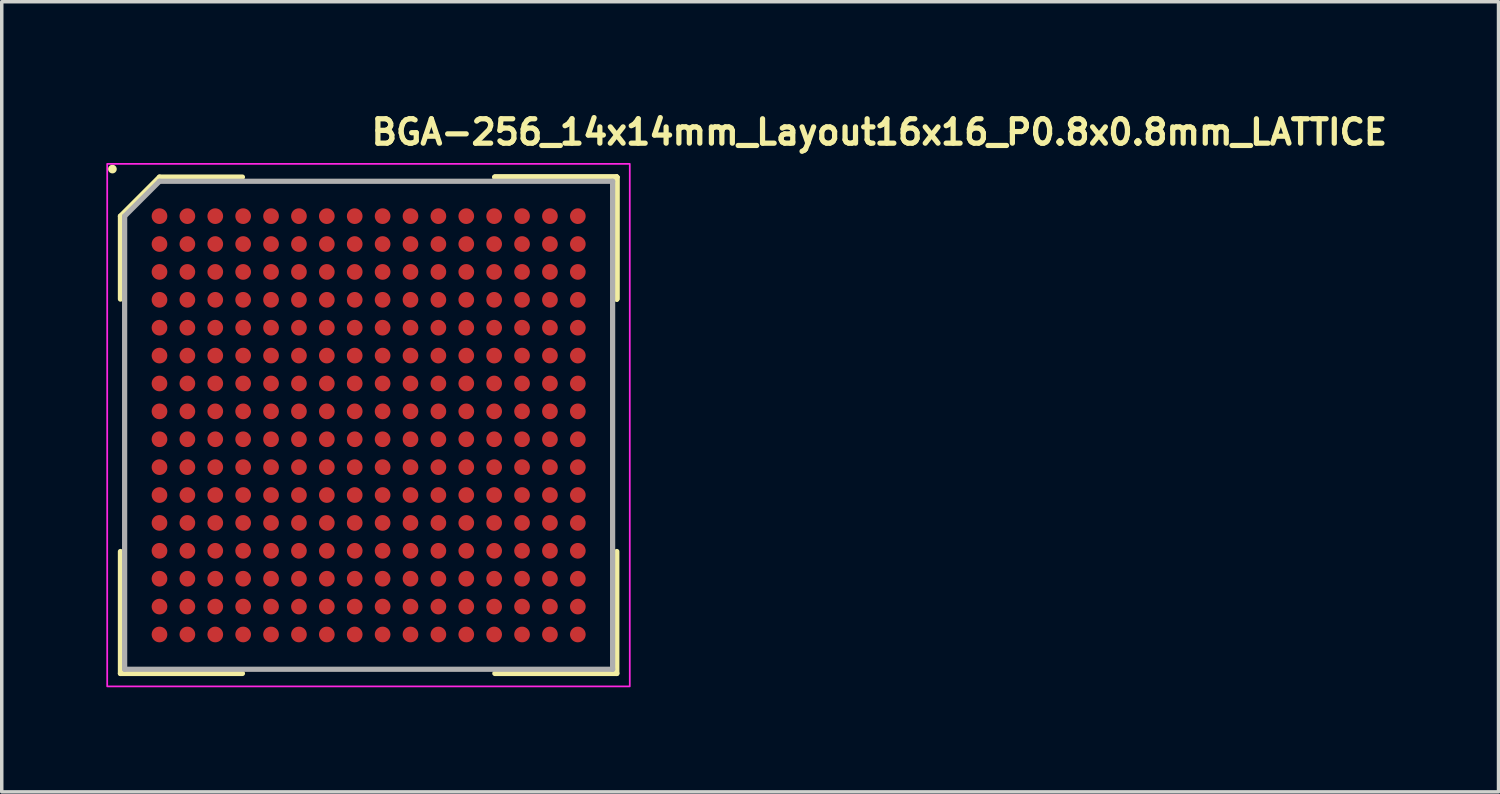
<source format=kicad_pcb>
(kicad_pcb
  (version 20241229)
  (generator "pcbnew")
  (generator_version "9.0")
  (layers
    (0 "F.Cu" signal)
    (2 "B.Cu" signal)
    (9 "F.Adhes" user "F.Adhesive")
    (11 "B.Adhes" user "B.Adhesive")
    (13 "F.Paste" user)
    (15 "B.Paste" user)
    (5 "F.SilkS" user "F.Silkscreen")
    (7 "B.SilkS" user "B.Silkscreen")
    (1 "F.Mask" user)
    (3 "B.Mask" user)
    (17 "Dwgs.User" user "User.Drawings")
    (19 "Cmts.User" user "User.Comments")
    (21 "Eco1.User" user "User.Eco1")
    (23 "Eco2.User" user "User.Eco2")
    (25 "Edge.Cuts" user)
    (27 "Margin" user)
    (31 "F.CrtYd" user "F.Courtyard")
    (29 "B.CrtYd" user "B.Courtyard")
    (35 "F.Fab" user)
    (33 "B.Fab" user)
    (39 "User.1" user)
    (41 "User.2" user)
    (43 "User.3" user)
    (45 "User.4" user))
  (footprint "BGA-256_14x14mm_Layout16x16_P0.8x0.8mm_LATTICE"
    (layer "F.Cu")
    (at 7.525 9.15)
    (property "Reference" "BGA-256_14x14mm_Layout16x16_P0.8x0.8mm_LATTICE" (at 0 -8 0) (layer "F.SilkS") (effects (font (size 0.7 0.7) (thickness 0.15)) (justify left bottom)))
    (attr smd)
    (fp_line (start -7.12 -6) (end -7.12 -3.621) (stroke (width 0.15) (type solid)) (layer "F.SilkS"))
    (fp_line (start -7.12 7.118) (end -7.12 3.62) (stroke (width 0.15) (type solid)) (layer "F.SilkS"))
    (fp_line (start -6 -7.12) (end -7.12 -6) (stroke (width 0.15) (type solid)) (layer "F.SilkS"))
    (fp_line (start -3.621 -7.12) (end -6 -7.12) (stroke (width 0.15) (type solid)) (layer "F.SilkS"))
    (fp_line (start -3.621 7.118) (end -7.12 7.118) (stroke (width 0.15) (type solid)) (layer "F.SilkS"))
    (fp_line (start 3.62 -7.12) (end 7.118 -7.12) (stroke (width 0.15) (type solid)) (layer "F.SilkS"))
    (fp_line (start 3.62 -7.12) (end 7.118 -7.12) (stroke (width 0.15) (type solid)) (layer "F.SilkS"))
    (fp_line (start 3.62 -7.12) (end 7.118 -7.12) (stroke (width 0.15) (type solid)) (layer "F.SilkS"))
    (fp_line (start 3.62 7.118) (end 7.118 7.118) (stroke (width 0.15) (type solid)) (layer "F.SilkS"))
    (fp_line (start 7.118 -7.12) (end 7.118 -3.621) (stroke (width 0.15) (type solid)) (layer "F.SilkS"))
    (fp_line (start 7.118 -7.12) (end 7.118 -3.621) (stroke (width 0.15) (type solid)) (layer "F.SilkS"))
    (fp_line (start 7.118 -7.12) (end 7.118 -3.621) (stroke (width 0.15) (type solid)) (layer "F.SilkS"))
    (fp_line (start 7.118 7.118) (end 7.118 3.62) (stroke (width 0.15) (type solid)) (layer "F.SilkS"))
    (fp_circle (center -7.35 -7.35) (end -7.301 -7.35) (stroke (width 0.15) (type solid)) (fill yes) (layer "F.SilkS"))
    (fp_rect (start -7.5 -7.5) (end 7.49 7.49) (stroke (width 0.05) (type solid)) (fill no) (layer "F.CrtYd"))
    (fp_line (start -7 -6) (end -7 6.998) (stroke (width 0.15) (type solid)) (layer "F.Fab"))
    (fp_line (start -7 6.998) (end 6.998 6.998) (stroke (width 0.15) (type solid)) (layer "F.Fab"))
    (fp_line (start -6 -7) (end -7 -6) (stroke (width 0.15) (type solid)) (layer "F.Fab"))
    (fp_line (start 6.998 -7) (end -6 -7) (stroke (width 0.15) (type solid)) (layer "F.Fab"))
    (fp_line (start 6.998 6.998) (end 6.998 -7) (stroke (width 0.15) (type solid)) (layer "F.Fab"))
    (fp_rect (start -7 -7) (end 6.998 6.998) (stroke (width 0.1) (type solid)) (fill no) (layer "User.5"))
    (fp_rect (start -7 -7) (end 6.999 6.999) (stroke (width 0.1) (type solid)) (fill no) (layer "User.5"))
    (fp_rect (start -7 -7) (end 6.999 6.999) (stroke (width 0.1) (type solid)) (fill no) (layer "User.5"))
    (fp_line (start -7 -7) (end -7 6.998) (stroke (width 0.02) (type solid)) (layer "User.9"))
    (fp_line (start -7 -7) (end -7 6.999) (stroke (width 0.02) (type solid)) (layer "User.9"))
    (fp_line (start -7 6.998) (end 6.998 6.998) (stroke (width 0.02) (type solid)) (layer "User.9"))
    (fp_line (start -7 6.999) (end 6.999 6.999) (stroke (width 0.02) (type solid)) (layer "User.9"))
    (fp_line (start 6.998 -7) (end -7 -7) (stroke (width 0.02) (type solid)) (layer "User.9"))
    (fp_line (start 6.998 6.998) (end 6.998 -7) (stroke (width 0.02) (type solid)) (layer "User.9"))
    (fp_line (start 6.999 -7) (end -7 -7) (stroke (width 0.02) (type solid)) (layer "User.9"))
    (fp_line (start 6.999 6.999) (end 6.999 -7) (stroke (width 0.02) (type solid)) (layer "User.9"))
    (pad "A1" smd circle (at -6 -6) (size 0.45 0.45) (layers "F.Cu" "F.Mask" "F.Paste"))
    (pad "A2" smd circle (at -5.2 -6) (size 0.45 0.45) (layers "F.Cu" "F.Mask" "F.Paste"))
    (pad "A3" smd circle (at -4.4 -6) (size 0.45 0.45) (layers "F.Cu" "F.Mask" "F.Paste"))
    (pad "A4" smd circle (at -3.6 -6) (size 0.45 0.45) (layers "F.Cu" "F.Mask" "F.Paste"))
    (pad "A5" smd circle (at -2.8 -6) (size 0.45 0.45) (layers "F.Cu" "F.Mask" "F.Paste"))
    (pad "A6" smd circle (at -2 -6) (size 0.45 0.45) (layers "F.Cu" "F.Mask" "F.Paste"))
    (pad "A7" smd circle (at -1.2 -6) (size 0.45 0.45) (layers "F.Cu" "F.Mask" "F.Paste"))
    (pad "A8" smd circle (at -0.4 -6) (size 0.45 0.45) (layers "F.Cu" "F.Mask" "F.Paste"))
    (pad "A9" smd circle (at 0.4 -6) (size 0.45 0.45) (layers "F.Cu" "F.Mask" "F.Paste"))
    (pad "A10" smd circle (at 1.2 -6) (size 0.45 0.45) (layers "F.Cu" "F.Mask" "F.Paste"))
    (pad "A11" smd circle (at 2 -6) (size 0.45 0.45) (layers "F.Cu" "F.Mask" "F.Paste"))
    (pad "A12" smd circle (at 2.8 -6) (size 0.45 0.45) (layers "F.Cu" "F.Mask" "F.Paste"))
    (pad "A13" smd circle (at 3.6 -6) (size 0.45 0.45) (layers "F.Cu" "F.Mask" "F.Paste"))
    (pad "A14" smd circle (at 4.4 -6) (size 0.45 0.45) (layers "F.Cu" "F.Mask" "F.Paste"))
    (pad "A15" smd circle (at 5.2 -6) (size 0.45 0.45) (layers "F.Cu" "F.Mask" "F.Paste"))
    (pad "A16" smd circle (at 6 -6) (size 0.45 0.45) (layers "F.Cu" "F.Mask" "F.Paste"))
    (pad "B1" smd circle (at -6 -5.2) (size 0.45 0.45) (layers "F.Cu" "F.Mask" "F.Paste"))
    (pad "B2" smd circle (at -5.2 -5.2) (size 0.45 0.45) (layers "F.Cu" "F.Mask" "F.Paste"))
    (pad "B3" smd circle (at -4.4 -5.2) (size 0.45 0.45) (layers "F.Cu" "F.Mask" "F.Paste"))
    (pad "B4" smd circle (at -3.6 -5.2) (size 0.45 0.45) (layers "F.Cu" "F.Mask" "F.Paste"))
    (pad "B5" smd circle (at -2.8 -5.2) (size 0.45 0.45) (layers "F.Cu" "F.Mask" "F.Paste"))
    (pad "B6" smd circle (at -2 -5.2) (size 0.45 0.45) (layers "F.Cu" "F.Mask" "F.Paste"))
    (pad "B7" smd circle (at -1.2 -5.2) (size 0.45 0.45) (layers "F.Cu" "F.Mask" "F.Paste"))
    (pad "B8" smd circle (at -0.4 -5.2) (size 0.45 0.45) (layers "F.Cu" "F.Mask" "F.Paste"))
    (pad "B9" smd circle (at 0.4 -5.2) (size 0.45 0.45) (layers "F.Cu" "F.Mask" "F.Paste"))
    (pad "B10" smd circle (at 1.2 -5.2) (size 0.45 0.45) (layers "F.Cu" "F.Mask" "F.Paste"))
    (pad "B11" smd circle (at 2 -5.2) (size 0.45 0.45) (layers "F.Cu" "F.Mask" "F.Paste"))
    (pad "B12" smd circle (at 2.8 -5.2) (size 0.45 0.45) (layers "F.Cu" "F.Mask" "F.Paste"))
    (pad "B13" smd circle (at 3.6 -5.2) (size 0.45 0.45) (layers "F.Cu" "F.Mask" "F.Paste"))
    (pad "B14" smd circle (at 4.4 -5.2) (size 0.45 0.45) (layers "F.Cu" "F.Mask" "F.Paste"))
    (pad "B15" smd circle (at 5.2 -5.2) (size 0.45 0.45) (layers "F.Cu" "F.Mask" "F.Paste"))
    (pad "B16" smd circle (at 6 -5.2) (size 0.45 0.45) (layers "F.Cu" "F.Mask" "F.Paste"))
    (pad "C1" smd circle (at -6 -4.4) (size 0.45 0.45) (layers "F.Cu" "F.Mask" "F.Paste"))
    (pad "C2" smd circle (at -5.2 -4.4) (size 0.45 0.45) (layers "F.Cu" "F.Mask" "F.Paste"))
    (pad "C3" smd circle (at -4.4 -4.4) (size 0.45 0.45) (layers "F.Cu" "F.Mask" "F.Paste"))
    (pad "C4" smd circle (at -3.6 -4.4) (size 0.45 0.45) (layers "F.Cu" "F.Mask" "F.Paste"))
    (pad "C5" smd circle (at -2.8 -4.4) (size 0.45 0.45) (layers "F.Cu" "F.Mask" "F.Paste"))
    (pad "C6" smd circle (at -2 -4.4) (size 0.45 0.45) (layers "F.Cu" "F.Mask" "F.Paste"))
    (pad "C7" smd circle (at -1.2 -4.4) (size 0.45 0.45) (layers "F.Cu" "F.Mask" "F.Paste"))
    (pad "C8" smd circle (at -0.4 -4.4) (size 0.45 0.45) (layers "F.Cu" "F.Mask" "F.Paste"))
    (pad "C9" smd circle (at 0.4 -4.4) (size 0.45 0.45) (layers "F.Cu" "F.Mask" "F.Paste"))
    (pad "C10" smd circle (at 1.2 -4.4) (size 0.45 0.45) (layers "F.Cu" "F.Mask" "F.Paste"))
    (pad "C11" smd circle (at 2 -4.4) (size 0.45 0.45) (layers "F.Cu" "F.Mask" "F.Paste"))
    (pad "C12" smd circle (at 2.8 -4.4) (size 0.45 0.45) (layers "F.Cu" "F.Mask" "F.Paste"))
    (pad "C13" smd circle (at 3.6 -4.4) (size 0.45 0.45) (layers "F.Cu" "F.Mask" "F.Paste"))
    (pad "C14" smd circle (at 4.4 -4.4) (size 0.45 0.45) (layers "F.Cu" "F.Mask" "F.Paste"))
    (pad "C15" smd circle (at 5.2 -4.4) (size 0.45 0.45) (layers "F.Cu" "F.Mask" "F.Paste"))
    (pad "C16" smd circle (at 6 -4.4) (size 0.45 0.45) (layers "F.Cu" "F.Mask" "F.Paste"))
    (pad "D1" smd circle (at -6 -3.6) (size 0.45 0.45) (layers "F.Cu" "F.Mask" "F.Paste"))
    (pad "D2" smd circle (at -5.2 -3.6) (size 0.45 0.45) (layers "F.Cu" "F.Mask" "F.Paste"))
    (pad "D3" smd circle (at -4.4 -3.6) (size 0.45 0.45) (layers "F.Cu" "F.Mask" "F.Paste"))
    (pad "D4" smd circle (at -3.6 -3.6) (size 0.45 0.45) (layers "F.Cu" "F.Mask" "F.Paste"))
    (pad "D5" smd circle (at -2.8 -3.6) (size 0.45 0.45) (layers "F.Cu" "F.Mask" "F.Paste"))
    (pad "D6" smd circle (at -2 -3.6) (size 0.45 0.45) (layers "F.Cu" "F.Mask" "F.Paste"))
    (pad "D7" smd circle (at -1.2 -3.6) (size 0.45 0.45) (layers "F.Cu" "F.Mask" "F.Paste"))
    (pad "D8" smd circle (at -0.4 -3.6) (size 0.45 0.45) (layers "F.Cu" "F.Mask" "F.Paste"))
    (pad "D9" smd circle (at 0.4 -3.6) (size 0.45 0.45) (layers "F.Cu" "F.Mask" "F.Paste"))
    (pad "D10" smd circle (at 1.2 -3.6) (size 0.45 0.45) (layers "F.Cu" "F.Mask" "F.Paste"))
    (pad "D11" smd circle (at 2 -3.6) (size 0.45 0.45) (layers "F.Cu" "F.Mask" "F.Paste"))
    (pad "D12" smd circle (at 2.8 -3.6) (size 0.45 0.45) (layers "F.Cu" "F.Mask" "F.Paste"))
    (pad "D13" smd circle (at 3.6 -3.6) (size 0.45 0.45) (layers "F.Cu" "F.Mask" "F.Paste"))
    (pad "D14" smd circle (at 4.4 -3.6) (size 0.45 0.45) (layers "F.Cu" "F.Mask" "F.Paste"))
    (pad "D15" smd circle (at 5.2 -3.6) (size 0.45 0.45) (layers "F.Cu" "F.Mask" "F.Paste"))
    (pad "D16" smd circle (at 6 -3.6) (size 0.45 0.45) (layers "F.Cu" "F.Mask" "F.Paste"))
    (pad "E1" smd circle (at -6 -2.8) (size 0.45 0.45) (layers "F.Cu" "F.Mask" "F.Paste"))
    (pad "E2" smd circle (at -5.2 -2.8) (size 0.45 0.45) (layers "F.Cu" "F.Mask" "F.Paste"))
    (pad "E3" smd circle (at -4.4 -2.8) (size 0.45 0.45) (layers "F.Cu" "F.Mask" "F.Paste"))
    (pad "E4" smd circle (at -3.6 -2.8) (size 0.45 0.45) (layers "F.Cu" "F.Mask" "F.Paste"))
    (pad "E5" smd circle (at -2.8 -2.8) (size 0.45 0.45) (layers "F.Cu" "F.Mask" "F.Paste"))
    (pad "E6" smd circle (at -2 -2.8) (size 0.45 0.45) (layers "F.Cu" "F.Mask" "F.Paste"))
    (pad "E7" smd circle (at -1.2 -2.8) (size 0.45 0.45) (layers "F.Cu" "F.Mask" "F.Paste"))
    (pad "E8" smd circle (at -0.4 -2.8) (size 0.45 0.45) (layers "F.Cu" "F.Mask" "F.Paste"))
    (pad "E9" smd circle (at 0.4 -2.8) (size 0.45 0.45) (layers "F.Cu" "F.Mask" "F.Paste"))
    (pad "E10" smd circle (at 1.2 -2.8) (size 0.45 0.45) (layers "F.Cu" "F.Mask" "F.Paste"))
    (pad "E11" smd circle (at 2 -2.8) (size 0.45 0.45) (layers "F.Cu" "F.Mask" "F.Paste"))
    (pad "E12" smd circle (at 2.8 -2.8) (size 0.45 0.45) (layers "F.Cu" "F.Mask" "F.Paste"))
    (pad "E13" smd circle (at 3.6 -2.8) (size 0.45 0.45) (layers "F.Cu" "F.Mask" "F.Paste"))
    (pad "E14" smd circle (at 4.4 -2.8) (size 0.45 0.45) (layers "F.Cu" "F.Mask" "F.Paste"))
    (pad "E15" smd circle (at 5.2 -2.8) (size 0.45 0.45) (layers "F.Cu" "F.Mask" "F.Paste"))
    (pad "E16" smd circle (at 6 -2.8) (size 0.45 0.45) (layers "F.Cu" "F.Mask" "F.Paste"))
    (pad "F1" smd circle (at -6 -2) (size 0.45 0.45) (layers "F.Cu" "F.Mask" "F.Paste"))
    (pad "F2" smd circle (at -5.2 -2) (size 0.45 0.45) (layers "F.Cu" "F.Mask" "F.Paste"))
    (pad "F3" smd circle (at -4.4 -2) (size 0.45 0.45) (layers "F.Cu" "F.Mask" "F.Paste"))
    (pad "F4" smd circle (at -3.6 -2) (size 0.45 0.45) (layers "F.Cu" "F.Mask" "F.Paste"))
    (pad "F5" smd circle (at -2.8 -2) (size 0.45 0.45) (layers "F.Cu" "F.Mask" "F.Paste"))
    (pad "F6" smd circle (at -2 -2) (size 0.45 0.45) (layers "F.Cu" "F.Mask" "F.Paste"))
    (pad "F7" smd circle (at -1.2 -2) (size 0.45 0.45) (layers "F.Cu" "F.Mask" "F.Paste"))
    (pad "F8" smd circle (at -0.4 -2) (size 0.45 0.45) (layers "F.Cu" "F.Mask" "F.Paste"))
    (pad "F9" smd circle (at 0.4 -2) (size 0.45 0.45) (layers "F.Cu" "F.Mask" "F.Paste"))
    (pad "F10" smd circle (at 1.2 -2) (size 0.45 0.45) (layers "F.Cu" "F.Mask" "F.Paste"))
    (pad "F11" smd circle (at 2 -2) (size 0.45 0.45) (layers "F.Cu" "F.Mask" "F.Paste"))
    (pad "F12" smd circle (at 2.8 -2) (size 0.45 0.45) (layers "F.Cu" "F.Mask" "F.Paste"))
    (pad "F13" smd circle (at 3.6 -2) (size 0.45 0.45) (layers "F.Cu" "F.Mask" "F.Paste"))
    (pad "F14" smd circle (at 4.4 -2) (size 0.45 0.45) (layers "F.Cu" "F.Mask" "F.Paste"))
    (pad "F15" smd circle (at 5.2 -2) (size 0.45 0.45) (layers "F.Cu" "F.Mask" "F.Paste"))
    (pad "F16" smd circle (at 6 -2) (size 0.45 0.45) (layers "F.Cu" "F.Mask" "F.Paste"))
    (pad "G1" smd circle (at -6 -1.2) (size 0.45 0.45) (layers "F.Cu" "F.Mask" "F.Paste"))
    (pad "G2" smd circle (at -5.2 -1.2) (size 0.45 0.45) (layers "F.Cu" "F.Mask" "F.Paste"))
    (pad "G3" smd circle (at -4.4 -1.2) (size 0.45 0.45) (layers "F.Cu" "F.Mask" "F.Paste"))
    (pad "G4" smd circle (at -3.6 -1.2) (size 0.45 0.45) (layers "F.Cu" "F.Mask" "F.Paste"))
    (pad "G5" smd circle (at -2.8 -1.2) (size 0.45 0.45) (layers "F.Cu" "F.Mask" "F.Paste"))
    (pad "G6" smd circle (at -2 -1.2) (size 0.45 0.45) (layers "F.Cu" "F.Mask" "F.Paste"))
    (pad "G7" smd circle (at -1.2 -1.2) (size 0.45 0.45) (layers "F.Cu" "F.Mask" "F.Paste"))
    (pad "G8" smd circle (at -0.4 -1.2) (size 0.45 0.45) (layers "F.Cu" "F.Mask" "F.Paste"))
    (pad "G9" smd circle (at 0.4 -1.2) (size 0.45 0.45) (layers "F.Cu" "F.Mask" "F.Paste"))
    (pad "G10" smd circle (at 1.2 -1.2) (size 0.45 0.45) (layers "F.Cu" "F.Mask" "F.Paste"))
    (pad "G11" smd circle (at 2 -1.2) (size 0.45 0.45) (layers "F.Cu" "F.Mask" "F.Paste"))
    (pad "G12" smd circle (at 2.8 -1.2) (size 0.45 0.45) (layers "F.Cu" "F.Mask" "F.Paste"))
    (pad "G13" smd circle (at 3.6 -1.2) (size 0.45 0.45) (layers "F.Cu" "F.Mask" "F.Paste"))
    (pad "G14" smd circle (at 4.4 -1.2) (size 0.45 0.45) (layers "F.Cu" "F.Mask" "F.Paste"))
    (pad "G15" smd circle (at 5.2 -1.2) (size 0.45 0.45) (layers "F.Cu" "F.Mask" "F.Paste"))
    (pad "G16" smd circle (at 6 -1.2) (size 0.45 0.45) (layers "F.Cu" "F.Mask" "F.Paste"))
    (pad "H1" smd circle (at -6 -0.4) (size 0.45 0.45) (layers "F.Cu" "F.Mask" "F.Paste"))
    (pad "H2" smd circle (at -5.2 -0.4) (size 0.45 0.45) (layers "F.Cu" "F.Mask" "F.Paste"))
    (pad "H3" smd circle (at -4.4 -0.4) (size 0.45 0.45) (layers "F.Cu" "F.Mask" "F.Paste"))
    (pad "H4" smd circle (at -3.6 -0.4) (size 0.45 0.45) (layers "F.Cu" "F.Mask" "F.Paste"))
    (pad "H5" smd circle (at -2.8 -0.4) (size 0.45 0.45) (layers "F.Cu" "F.Mask" "F.Paste"))
    (pad "H6" smd circle (at -2 -0.4) (size 0.45 0.45) (layers "F.Cu" "F.Mask" "F.Paste"))
    (pad "H7" smd circle (at -1.2 -0.4) (size 0.45 0.45) (layers "F.Cu" "F.Mask" "F.Paste"))
    (pad "H8" smd circle (at -0.4 -0.4) (size 0.45 0.45) (layers "F.Cu" "F.Mask" "F.Paste"))
    (pad "H9" smd circle (at 0.4 -0.4) (size 0.45 0.45) (layers "F.Cu" "F.Mask" "F.Paste"))
    (pad "H10" smd circle (at 1.2 -0.4) (size 0.45 0.45) (layers "F.Cu" "F.Mask" "F.Paste"))
    (pad "H11" smd circle (at 2 -0.4) (size 0.45 0.45) (layers "F.Cu" "F.Mask" "F.Paste"))
    (pad "H12" smd circle (at 2.8 -0.4) (size 0.45 0.45) (layers "F.Cu" "F.Mask" "F.Paste"))
    (pad "H13" smd circle (at 3.6 -0.4) (size 0.45 0.45) (layers "F.Cu" "F.Mask" "F.Paste"))
    (pad "H14" smd circle (at 4.4 -0.4) (size 0.45 0.45) (layers "F.Cu" "F.Mask" "F.Paste"))
    (pad "H15" smd circle (at 5.2 -0.4) (size 0.45 0.45) (layers "F.Cu" "F.Mask" "F.Paste"))
    (pad "H16" smd circle (at 6 -0.4) (size 0.45 0.45) (layers "F.Cu" "F.Mask" "F.Paste"))
    (pad "J1" smd circle (at -6 0.4) (size 0.45 0.45) (layers "F.Cu" "F.Mask" "F.Paste"))
    (pad "J2" smd circle (at -5.2 0.4) (size 0.45 0.45) (layers "F.Cu" "F.Mask" "F.Paste"))
    (pad "J3" smd circle (at -4.4 0.4) (size 0.45 0.45) (layers "F.Cu" "F.Mask" "F.Paste"))
    (pad "J4" smd circle (at -3.6 0.4) (size 0.45 0.45) (layers "F.Cu" "F.Mask" "F.Paste"))
    (pad "J5" smd circle (at -2.8 0.4) (size 0.45 0.45) (layers "F.Cu" "F.Mask" "F.Paste"))
    (pad "J6" smd circle (at -2 0.4) (size 0.45 0.45) (layers "F.Cu" "F.Mask" "F.Paste"))
    (pad "J7" smd circle (at -1.2 0.4) (size 0.45 0.45) (layers "F.Cu" "F.Mask" "F.Paste"))
    (pad "J8" smd circle (at -0.4 0.4) (size 0.45 0.45) (layers "F.Cu" "F.Mask" "F.Paste"))
    (pad "J9" smd circle (at 0.4 0.4) (size 0.45 0.45) (layers "F.Cu" "F.Mask" "F.Paste"))
    (pad "J10" smd circle (at 1.2 0.4) (size 0.45 0.45) (layers "F.Cu" "F.Mask" "F.Paste"))
    (pad "J11" smd circle (at 2 0.4) (size 0.45 0.45) (layers "F.Cu" "F.Mask" "F.Paste"))
    (pad "J12" smd circle (at 2.8 0.4) (size 0.45 0.45) (layers "F.Cu" "F.Mask" "F.Paste"))
    (pad "J13" smd circle (at 3.6 0.4) (size 0.45 0.45) (layers "F.Cu" "F.Mask" "F.Paste"))
    (pad "J14" smd circle (at 4.4 0.4) (size 0.45 0.45) (layers "F.Cu" "F.Mask" "F.Paste"))
    (pad "J15" smd circle (at 5.2 0.4) (size 0.45 0.45) (layers "F.Cu" "F.Mask" "F.Paste"))
    (pad "J16" smd circle (at 6 0.4) (size 0.45 0.45) (layers "F.Cu" "F.Mask" "F.Paste"))
    (pad "K1" smd circle (at -6 1.2) (size 0.45 0.45) (layers "F.Cu" "F.Mask" "F.Paste"))
    (pad "K2" smd circle (at -5.2 1.2) (size 0.45 0.45) (layers "F.Cu" "F.Mask" "F.Paste"))
    (pad "K3" smd circle (at -4.4 1.2) (size 0.45 0.45) (layers "F.Cu" "F.Mask" "F.Paste"))
    (pad "K4" smd circle (at -3.6 1.2) (size 0.45 0.45) (layers "F.Cu" "F.Mask" "F.Paste"))
    (pad "K5" smd circle (at -2.8 1.2) (size 0.45 0.45) (layers "F.Cu" "F.Mask" "F.Paste"))
    (pad "K6" smd circle (at -2 1.2) (size 0.45 0.45) (layers "F.Cu" "F.Mask" "F.Paste"))
    (pad "K7" smd circle (at -1.2 1.2) (size 0.45 0.45) (layers "F.Cu" "F.Mask" "F.Paste"))
    (pad "K8" smd circle (at -0.4 1.2) (size 0.45 0.45) (layers "F.Cu" "F.Mask" "F.Paste"))
    (pad "K9" smd circle (at 0.4 1.2) (size 0.45 0.45) (layers "F.Cu" "F.Mask" "F.Paste"))
    (pad "K10" smd circle (at 1.2 1.2) (size 0.45 0.45) (layers "F.Cu" "F.Mask" "F.Paste"))
    (pad "K11" smd circle (at 2 1.2) (size 0.45 0.45) (layers "F.Cu" "F.Mask" "F.Paste"))
    (pad "K12" smd circle (at 2.8 1.2) (size 0.45 0.45) (layers "F.Cu" "F.Mask" "F.Paste"))
    (pad "K13" smd circle (at 3.6 1.2) (size 0.45 0.45) (layers "F.Cu" "F.Mask" "F.Paste"))
    (pad "K14" smd circle (at 4.4 1.2) (size 0.45 0.45) (layers "F.Cu" "F.Mask" "F.Paste"))
    (pad "K15" smd circle (at 5.2 1.2) (size 0.45 0.45) (layers "F.Cu" "F.Mask" "F.Paste"))
    (pad "K16" smd circle (at 6 1.2) (size 0.45 0.45) (layers "F.Cu" "F.Mask" "F.Paste"))
    (pad "L1" smd circle (at -6 2) (size 0.45 0.45) (layers "F.Cu" "F.Mask" "F.Paste"))
    (pad "L2" smd circle (at -5.2 2) (size 0.45 0.45) (layers "F.Cu" "F.Mask" "F.Paste"))
    (pad "L3" smd circle (at -4.4 2) (size 0.45 0.45) (layers "F.Cu" "F.Mask" "F.Paste"))
    (pad "L4" smd circle (at -3.6 2) (size 0.45 0.45) (layers "F.Cu" "F.Mask" "F.Paste"))
    (pad "L5" smd circle (at -2.8 2) (size 0.45 0.45) (layers "F.Cu" "F.Mask" "F.Paste"))
    (pad "L6" smd circle (at -2 2) (size 0.45 0.45) (layers "F.Cu" "F.Mask" "F.Paste"))
    (pad "L7" smd circle (at -1.2 2) (size 0.45 0.45) (layers "F.Cu" "F.Mask" "F.Paste"))
    (pad "L8" smd circle (at -0.4 2) (size 0.45 0.45) (layers "F.Cu" "F.Mask" "F.Paste"))
    (pad "L9" smd circle (at 0.4 2) (size 0.45 0.45) (layers "F.Cu" "F.Mask" "F.Paste"))
    (pad "L10" smd circle (at 1.2 2) (size 0.45 0.45) (layers "F.Cu" "F.Mask" "F.Paste"))
    (pad "L11" smd circle (at 2 2) (size 0.45 0.45) (layers "F.Cu" "F.Mask" "F.Paste"))
    (pad "L12" smd circle (at 2.8 2) (size 0.45 0.45) (layers "F.Cu" "F.Mask" "F.Paste"))
    (pad "L13" smd circle (at 3.6 2) (size 0.45 0.45) (layers "F.Cu" "F.Mask" "F.Paste"))
    (pad "L14" smd circle (at 4.4 2) (size 0.45 0.45) (layers "F.Cu" "F.Mask" "F.Paste"))
    (pad "L15" smd circle (at 5.2 2) (size 0.45 0.45) (layers "F.Cu" "F.Mask" "F.Paste"))
    (pad "L16" smd circle (at 6 2) (size 0.45 0.45) (layers "F.Cu" "F.Mask" "F.Paste"))
    (pad "M1" smd circle (at -6 2.8) (size 0.45 0.45) (layers "F.Cu" "F.Mask" "F.Paste"))
    (pad "M2" smd circle (at -5.2 2.8) (size 0.45 0.45) (layers "F.Cu" "F.Mask" "F.Paste"))
    (pad "M3" smd circle (at -4.4 2.8) (size 0.45 0.45) (layers "F.Cu" "F.Mask" "F.Paste"))
    (pad "M4" smd circle (at -3.6 2.8) (size 0.45 0.45) (layers "F.Cu" "F.Mask" "F.Paste"))
    (pad "M5" smd circle (at -2.8 2.8) (size 0.45 0.45) (layers "F.Cu" "F.Mask" "F.Paste"))
    (pad "M6" smd circle (at -2 2.8) (size 0.45 0.45) (layers "F.Cu" "F.Mask" "F.Paste"))
    (pad "M7" smd circle (at -1.2 2.8) (size 0.45 0.45) (layers "F.Cu" "F.Mask" "F.Paste"))
    (pad "M8" smd circle (at -0.4 2.8) (size 0.45 0.45) (layers "F.Cu" "F.Mask" "F.Paste"))
    (pad "M9" smd circle (at 0.4 2.8) (size 0.45 0.45) (layers "F.Cu" "F.Mask" "F.Paste"))
    (pad "M10" smd circle (at 1.2 2.8) (size 0.45 0.45) (layers "F.Cu" "F.Mask" "F.Paste"))
    (pad "M11" smd circle (at 2 2.8) (size 0.45 0.45) (layers "F.Cu" "F.Mask" "F.Paste"))
    (pad "M12" smd circle (at 2.8 2.8) (size 0.45 0.45) (layers "F.Cu" "F.Mask" "F.Paste"))
    (pad "M13" smd circle (at 3.6 2.8) (size 0.45 0.45) (layers "F.Cu" "F.Mask" "F.Paste"))
    (pad "M14" smd circle (at 4.4 2.8) (size 0.45 0.45) (layers "F.Cu" "F.Mask" "F.Paste"))
    (pad "M15" smd circle (at 5.2 2.8) (size 0.45 0.45) (layers "F.Cu" "F.Mask" "F.Paste"))
    (pad "M16" smd circle (at 6 2.8) (size 0.45 0.45) (layers "F.Cu" "F.Mask" "F.Paste"))
    (pad "N1" smd circle (at -6 3.6) (size 0.45 0.45) (layers "F.Cu" "F.Mask" "F.Paste"))
    (pad "N2" smd circle (at -5.2 3.6) (size 0.45 0.45) (layers "F.Cu" "F.Mask" "F.Paste"))
    (pad "N3" smd circle (at -4.4 3.6) (size 0.45 0.45) (layers "F.Cu" "F.Mask" "F.Paste"))
    (pad "N4" smd circle (at -3.6 3.6) (size 0.45 0.45) (layers "F.Cu" "F.Mask" "F.Paste"))
    (pad "N5" smd circle (at -2.8 3.6) (size 0.45 0.45) (layers "F.Cu" "F.Mask" "F.Paste"))
    (pad "N6" smd circle (at -2 3.6) (size 0.45 0.45) (layers "F.Cu" "F.Mask" "F.Paste"))
    (pad "N7" smd circle (at -1.2 3.6) (size 0.45 0.45) (layers "F.Cu" "F.Mask" "F.Paste"))
    (pad "N8" smd circle (at -0.4 3.6) (size 0.45 0.45) (layers "F.Cu" "F.Mask" "F.Paste"))
    (pad "N9" smd circle (at 0.4 3.6) (size 0.45 0.45) (layers "F.Cu" "F.Mask" "F.Paste"))
    (pad "N10" smd circle (at 1.2 3.6) (size 0.45 0.45) (layers "F.Cu" "F.Mask" "F.Paste"))
    (pad "N11" smd circle (at 2 3.6) (size 0.45 0.45) (layers "F.Cu" "F.Mask" "F.Paste"))
    (pad "N12" smd circle (at 2.8 3.6) (size 0.45 0.45) (layers "F.Cu" "F.Mask" "F.Paste"))
    (pad "N13" smd circle (at 3.6 3.6) (size 0.45 0.45) (layers "F.Cu" "F.Mask" "F.Paste"))
    (pad "N14" smd circle (at 4.4 3.6) (size 0.45 0.45) (layers "F.Cu" "F.Mask" "F.Paste"))
    (pad "N15" smd circle (at 5.2 3.6) (size 0.45 0.45) (layers "F.Cu" "F.Mask" "F.Paste"))
    (pad "N16" smd circle (at 6 3.6) (size 0.45 0.45) (layers "F.Cu" "F.Mask" "F.Paste"))
    (pad "P1" smd circle (at -6 4.4) (size 0.45 0.45) (layers "F.Cu" "F.Mask" "F.Paste"))
    (pad "P2" smd circle (at -5.2 4.4) (size 0.45 0.45) (layers "F.Cu" "F.Mask" "F.Paste"))
    (pad "P3" smd circle (at -4.4 4.4) (size 0.45 0.45) (layers "F.Cu" "F.Mask" "F.Paste"))
    (pad "P4" smd circle (at -3.6 4.4) (size 0.45 0.45) (layers "F.Cu" "F.Mask" "F.Paste"))
    (pad "P5" smd circle (at -2.8 4.4) (size 0.45 0.45) (layers "F.Cu" "F.Mask" "F.Paste"))
    (pad "P6" smd circle (at -2 4.4) (size 0.45 0.45) (layers "F.Cu" "F.Mask" "F.Paste"))
    (pad "P7" smd circle (at -1.2 4.4) (size 0.45 0.45) (layers "F.Cu" "F.Mask" "F.Paste"))
    (pad "P8" smd circle (at -0.4 4.4) (size 0.45 0.45) (layers "F.Cu" "F.Mask" "F.Paste"))
    (pad "P9" smd circle (at 0.4 4.4) (size 0.45 0.45) (layers "F.Cu" "F.Mask" "F.Paste"))
    (pad "P10" smd circle (at 1.2 4.4) (size 0.45 0.45) (layers "F.Cu" "F.Mask" "F.Paste"))
    (pad "P11" smd circle (at 2 4.4) (size 0.45 0.45) (layers "F.Cu" "F.Mask" "F.Paste"))
    (pad "P12" smd circle (at 2.8 4.4) (size 0.45 0.45) (layers "F.Cu" "F.Mask" "F.Paste"))
    (pad "P13" smd circle (at 3.6 4.4) (size 0.45 0.45) (layers "F.Cu" "F.Mask" "F.Paste"))
    (pad "P14" smd circle (at 4.4 4.4) (size 0.45 0.45) (layers "F.Cu" "F.Mask" "F.Paste"))
    (pad "P15" smd circle (at 5.2 4.4) (size 0.45 0.45) (layers "F.Cu" "F.Mask" "F.Paste"))
    (pad "P16" smd circle (at 6 4.4) (size 0.45 0.45) (layers "F.Cu" "F.Mask" "F.Paste"))
    (pad "R1" smd circle (at -6 5.2) (size 0.45 0.45) (layers "F.Cu" "F.Mask" "F.Paste"))
    (pad "R2" smd circle (at -5.2 5.2) (size 0.45 0.45) (layers "F.Cu" "F.Mask" "F.Paste"))
    (pad "R3" smd circle (at -4.4 5.2) (size 0.45 0.45) (layers "F.Cu" "F.Mask" "F.Paste"))
    (pad "R4" smd circle (at -3.6 5.2) (size 0.45 0.45) (layers "F.Cu" "F.Mask" "F.Paste"))
    (pad "R5" smd circle (at -2.8 5.2) (size 0.45 0.45) (layers "F.Cu" "F.Mask" "F.Paste"))
    (pad "R6" smd circle (at -2 5.2) (size 0.45 0.45) (layers "F.Cu" "F.Mask" "F.Paste"))
    (pad "R7" smd circle (at -1.2 5.2) (size 0.45 0.45) (layers "F.Cu" "F.Mask" "F.Paste"))
    (pad "R8" smd circle (at -0.4 5.2) (size 0.45 0.45) (layers "F.Cu" "F.Mask" "F.Paste"))
    (pad "R9" smd circle (at 0.4 5.2) (size 0.45 0.45) (layers "F.Cu" "F.Mask" "F.Paste"))
    (pad "R10" smd circle (at 1.2 5.2) (size 0.45 0.45) (layers "F.Cu" "F.Mask" "F.Paste"))
    (pad "R11" smd circle (at 2 5.2) (size 0.45 0.45) (layers "F.Cu" "F.Mask" "F.Paste"))
    (pad "R12" smd circle (at 2.8 5.2) (size 0.45 0.45) (layers "F.Cu" "F.Mask" "F.Paste"))
    (pad "R13" smd circle (at 3.6 5.2) (size 0.45 0.45) (layers "F.Cu" "F.Mask" "F.Paste"))
    (pad "R14" smd circle (at 4.4 5.2) (size 0.45 0.45) (layers "F.Cu" "F.Mask" "F.Paste"))
    (pad "R15" smd circle (at 5.2 5.2) (size 0.45 0.45) (layers "F.Cu" "F.Mask" "F.Paste"))
    (pad "R16" smd circle (at 6 5.2) (size 0.45 0.45) (layers "F.Cu" "F.Mask" "F.Paste"))
    (pad "T1" smd circle (at -6 6) (size 0.45 0.45) (layers "F.Cu" "F.Mask" "F.Paste"))
    (pad "T2" smd circle (at -5.2 6) (size 0.45 0.45) (layers "F.Cu" "F.Mask" "F.Paste"))
    (pad "T3" smd circle (at -4.4 6) (size 0.45 0.45) (layers "F.Cu" "F.Mask" "F.Paste"))
    (pad "T4" smd circle (at -3.6 6) (size 0.45 0.45) (layers "F.Cu" "F.Mask" "F.Paste"))
    (pad "T5" smd circle (at -2.8 6) (size 0.45 0.45) (layers "F.Cu" "F.Mask" "F.Paste"))
    (pad "T6" smd circle (at -2 6) (size 0.45 0.45) (layers "F.Cu" "F.Mask" "F.Paste"))
    (pad "T7" smd circle (at -1.2 6) (size 0.45 0.45) (layers "F.Cu" "F.Mask" "F.Paste"))
    (pad "T8" smd circle (at -0.4 6) (size 0.45 0.45) (layers "F.Cu" "F.Mask" "F.Paste"))
    (pad "T9" smd circle (at 0.4 6) (size 0.45 0.45) (layers "F.Cu" "F.Mask" "F.Paste"))
    (pad "T10" smd circle (at 1.2 6) (size 0.45 0.45) (layers "F.Cu" "F.Mask" "F.Paste"))
    (pad "T11" smd circle (at 2 6) (size 0.45 0.45) (layers "F.Cu" "F.Mask" "F.Paste"))
    (pad "T12" smd circle (at 2.8 6) (size 0.45 0.45) (layers "F.Cu" "F.Mask" "F.Paste"))
    (pad "T13" smd circle (at 3.6 6) (size 0.45 0.45) (layers "F.Cu" "F.Mask" "F.Paste"))
    (pad "T14" smd circle (at 4.4 6) (size 0.45 0.45) (layers "F.Cu" "F.Mask" "F.Paste"))
    (pad "T15" smd circle (at 5.2 6) (size 0.45 0.45) (layers "F.Cu" "F.Mask" "F.Paste"))
    (pad "T16" smd circle (at 6 6) (size 0.45 0.45) (layers "F.Cu" "F.Mask" "F.Paste")))
  (gr_rect
    (start -3 -3)
    (end 39.935 19.665)
    (stroke (width 0.1) (type default))
    (fill no)
    (layer "Edge.Cuts")))
</source>
